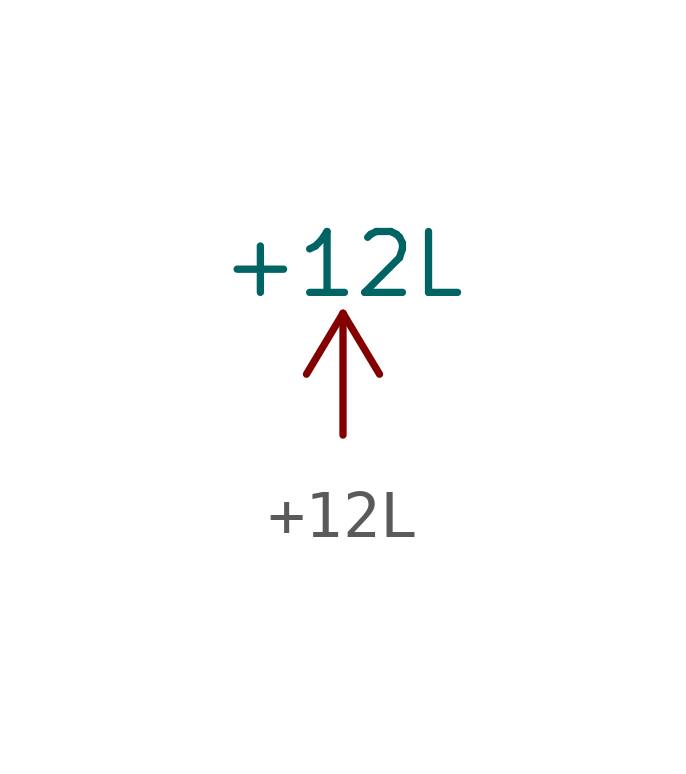
<source format=kicad_sym>
(kicad_symbol_lib
  (version 20231120)
  (generator "kicad_symbol_editor")
  (generator_version "8.0")
  (symbol "+12L"
    (power)
    (pin_numbers hide)
    (pin_names
      (offset 0) hide)
    (property "Reference" "#PWR"
      (at 0 -3.81 0)
      (effects (font (size 1.27 1.27)) (hide yes)))
    (property "Value" "+12L"
      (at 0 3.556 0)
      (effects (font (size 1.27 1.27))))
    (symbol "+12L_0_1"
      (polyline (pts (xy -0.762 1.27) (xy 0 2.54)) (stroke (width 0) (type default)) (fill (type none)))
      (polyline (pts (xy 0 0) (xy 0 2.54)) (stroke (width 0) (type default)) (fill (type none)))
      (polyline (pts (xy 0 2.54) (xy 0.762 1.27)) (stroke (width 0) (type default)) (fill (type none))))
    (symbol "+12L_1_1"
      (pin power_in line (at 0 0 90) (length 0) hide (name "+12L" (effects (font (size 1.27 1.27)))) (number "1" (effects (font (size 1.27 1.27))))))))
</source>
